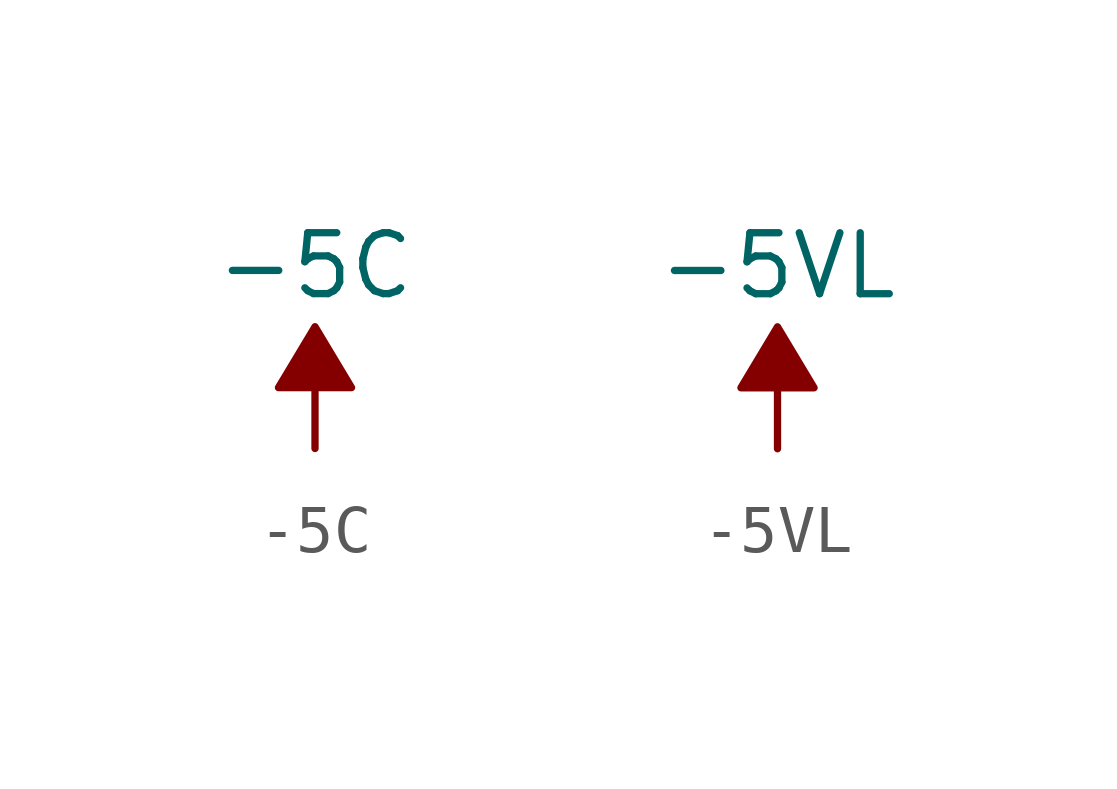
<source format=kicad_sym>
(kicad_symbol_lib
  (version 20211014)
  (generator kicad_symbol_editor)
  (symbol "-5C"
    (power)
    (pin_names
      (offset 0))
    (property "Reference" "#PWR"
      (at 0 2.54 0)
      (effects (font (size 1.27 1.27)) hide))
    (property "Value" "-5C"
      (at 0 3.81 0)
      (effects (font (size 1.27 1.27))))
    (symbol "-5C_0_0"
      (pin power_in line (at 0 0 90) (length 0) hide (name "-5C" (effects (font (size 1.27 1.27)))) (number "1" (effects (font (size 1.27 1.27))))))
    (symbol "-5C_0_1"
      (polyline (pts (xy 0 0) (xy 0 1.27) (xy 0.762 1.27) (xy 0 2.54) (xy -0.762 1.27) (xy 0 1.27)) (stroke (width 0) (type default) (color 0 0 0 0)) (fill (type outline)))))
  (symbol "-5VL"
    (power)
    (pin_names
      (offset 0))
    (property "Reference" "#PWR"
      (at 0 2.54 0)
      (effects (font (size 1.27 1.27)) hide))
    (property "Value" "-5VL"
      (at 0 3.81 0)
      (effects (font (size 1.27 1.27))))
    (symbol "-5VL_0_0"
      (pin power_in line (at 0 0 90) (length 0) hide (name "-5VL" (effects (font (size 1.27 1.27)))) (number "1" (effects (font (size 1.27 1.27))))))
    (symbol "-5VL_0_1"
      (polyline (pts (xy 0 0) (xy 0 1.27) (xy 0.762 1.27) (xy 0 2.54) (xy -0.762 1.27) (xy 0 1.27)) (stroke (width 0) (type default) (color 0 0 0 0)) (fill (type outline))))))
</source>
